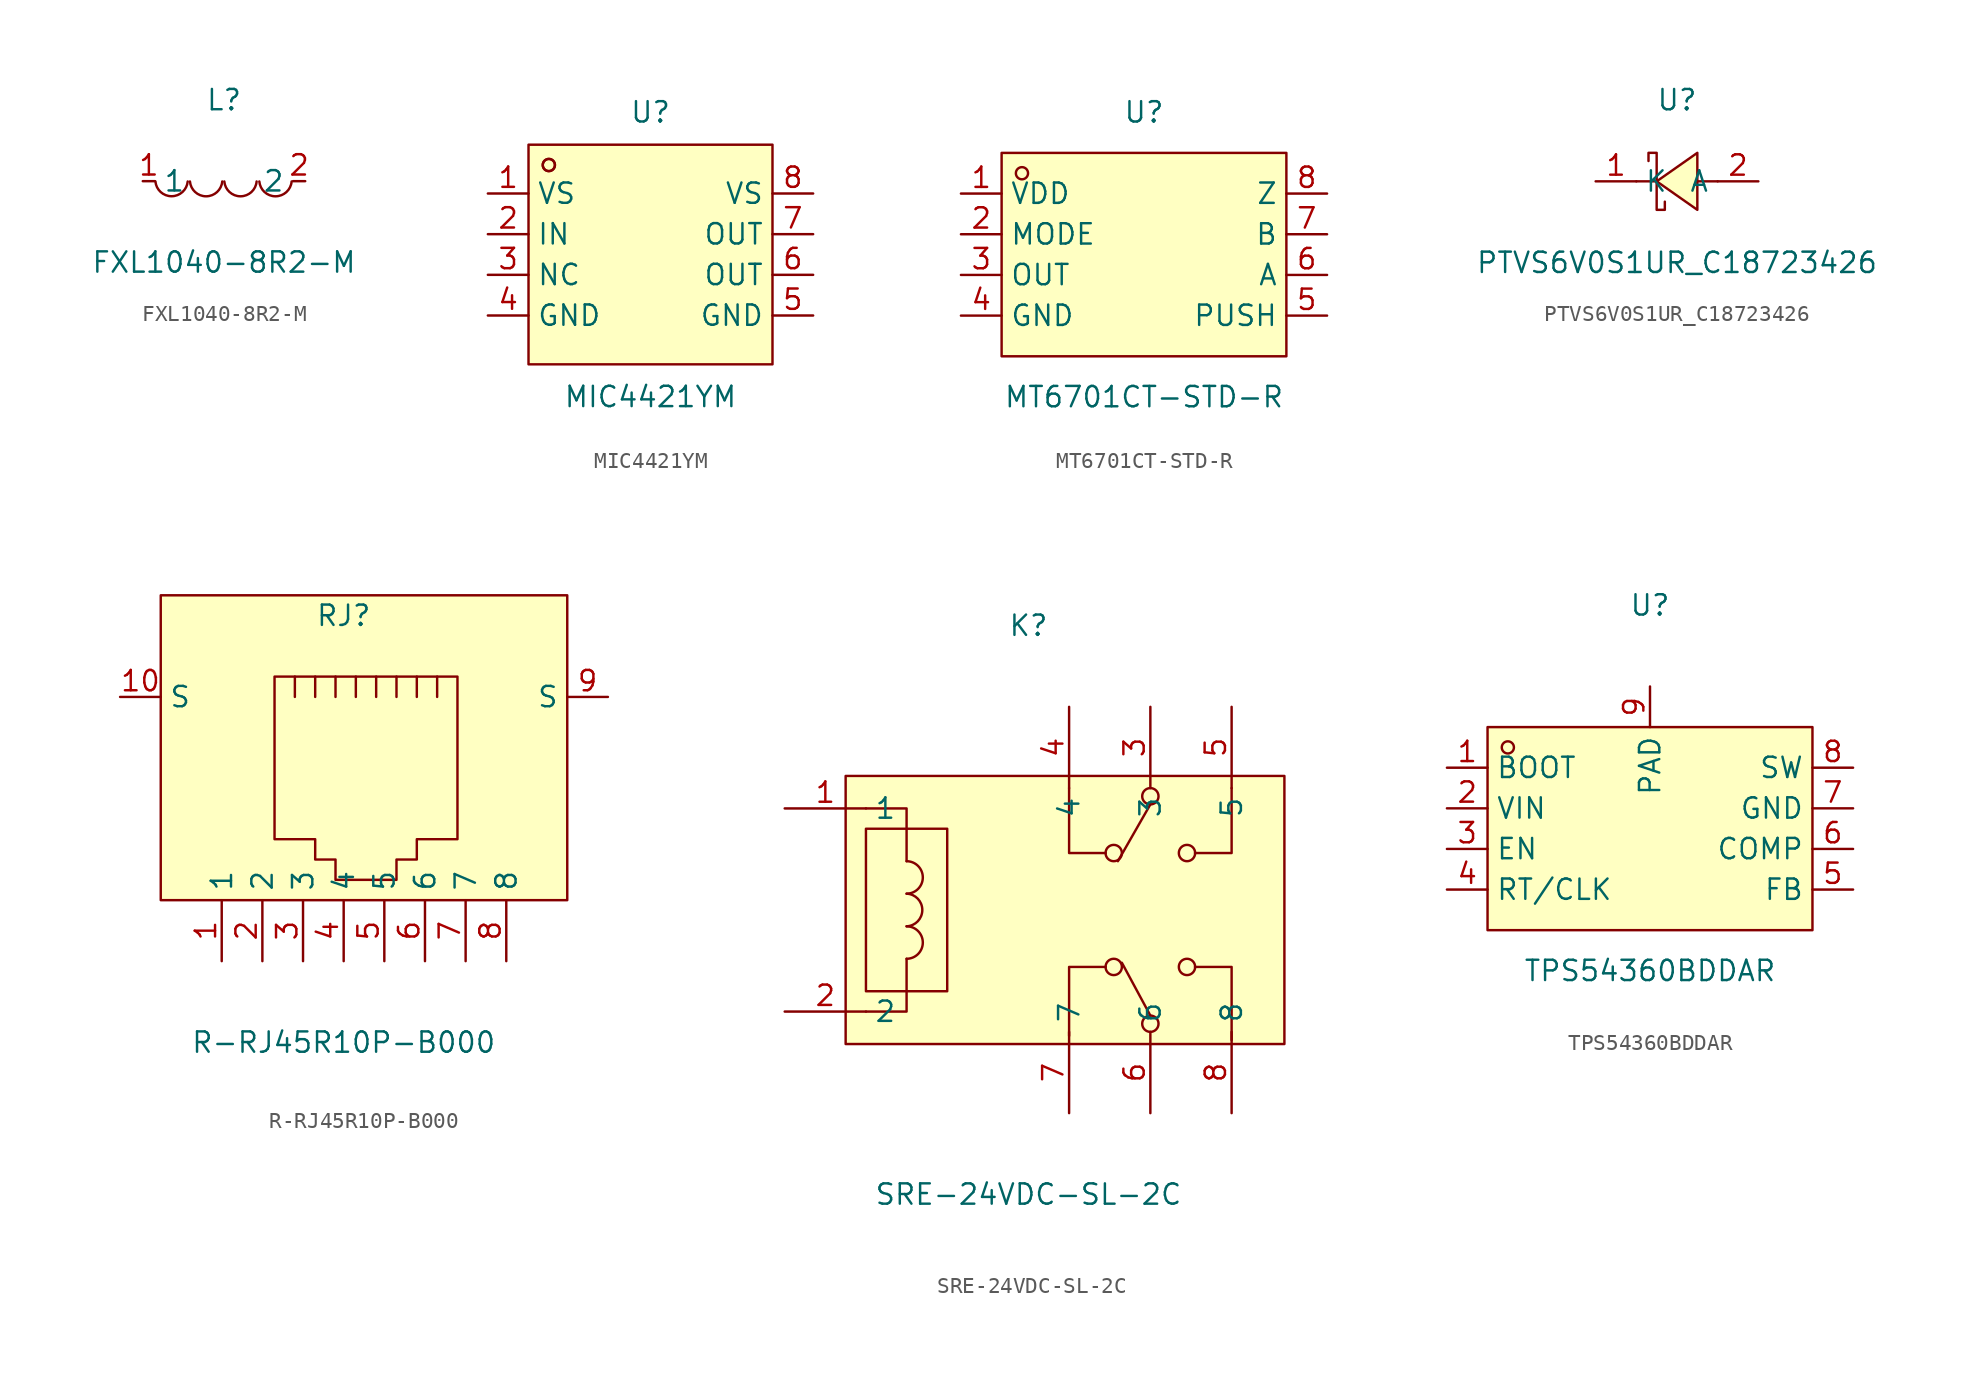
<source format=kicad_sym>
(kicad_symbol_lib
  (version 20211014)
  (generator https://github.com/uPesy/easyeda2kicad.py)
  (symbol "FXL1040-8R2-M"
    (property "Reference" "L"
      (at 0 5.08 0)
      (effects (font (size 1.27 1.27))))
    (property "Value" "FXL1040-8R2-M"
      (at 0 -5.08 0)
      (effects (font (size 1.27 1.27))))
    (symbol "FXL1040-8R2-M_0_1"
      (arc (start -4.29 -0.02) (mid -2.81 -1.01) (end -2.27 -0.02) (stroke (width 0) (type default) (color 0 0 0 0)) (fill (type none)))
      (arc (start -2.13 -0.02) (mid -0.66 -1.01) (end -0.11 -0.02) (stroke (width 0) (type default) (color 0 0 0 0)) (fill (type none)))
      (arc (start 0.02 -0.02) (mid 1.49 -1.01) (end 2.04 -0.02) (stroke (width 0) (type default) (color 0 0 0 0)) (fill (type none)))
      (arc (start 2.21 -0.02) (mid 3.68 -1.01) (end 4.23 -0.02) (stroke (width 0) (type default) (color 0 0 0 0)) (fill (type none)))
      (pin unspecified line (at 5.08 -0.00 180) (length 0.762) (name "2" (effects (font (size 1.27 1.27)))) (number "2" (effects (font (size 1.27 1.27)))))
      (pin unspecified line (at -5.08 -0.00 0) (length 0.762) (name "1" (effects (font (size 1.27 1.27)))) (number "1" (effects (font (size 1.27 1.27)))))))
  (symbol "MIC4421YM"
    (property "Reference" "U"
      (at 0 8.89 0)
      (effects (font (size 1.27 1.27))))
    (property "Value" "MIC4421YM"
      (at 0 -8.89 0)
      (effects (font (size 1.27 1.27))))
    (symbol "MIC4421YM_0_1"
      (rectangle (start -7.62 6.86) (end 7.62 -6.86) (stroke (width 0) (type default) (color 0 0 0 0)) (fill (type background)))
      (circle (center -6.35 5.59) (radius 0.38) (stroke (width 0) (type default) (color 0 0 0 0)) (fill (type none)))
      (circle (center -6.35 5.59) (radius 0.38) (stroke (width 0) (type default) (color 0 0 0 0)) (fill (type none)))
      (pin unspecified line (at -10.16 3.81 0) (length 2.54) (name "VS" (effects (font (size 1.27 1.27)))) (number "1" (effects (font (size 1.27 1.27)))))
      (pin unspecified line (at -10.16 1.27 0) (length 2.54) (name "IN" (effects (font (size 1.27 1.27)))) (number "2" (effects (font (size 1.27 1.27)))))
      (pin unspecified line (at -10.16 -1.27 0) (length 2.54) (name "NC" (effects (font (size 1.27 1.27)))) (number "3" (effects (font (size 1.27 1.27)))))
      (pin unspecified line (at -10.16 -3.81 0) (length 2.54) (name "GND" (effects (font (size 1.27 1.27)))) (number "4" (effects (font (size 1.27 1.27)))))
      (pin unspecified line (at 10.16 -3.81 180) (length 2.54) (name "GND" (effects (font (size 1.27 1.27)))) (number "5" (effects (font (size 1.27 1.27)))))
      (pin unspecified line (at 10.16 -1.27 180) (length 2.54) (name "OUT" (effects (font (size 1.27 1.27)))) (number "6" (effects (font (size 1.27 1.27)))))
      (pin unspecified line (at 10.16 1.27 180) (length 2.54) (name "OUT" (effects (font (size 1.27 1.27)))) (number "7" (effects (font (size 1.27 1.27)))))
      (pin unspecified line (at 10.16 3.81 180) (length 2.54) (name "VS" (effects (font (size 1.27 1.27)))) (number "8" (effects (font (size 1.27 1.27)))))))
  (symbol "MT6701CT-STD-R"
    (property "Reference" "U"
      (at 0 8.89 0)
      (effects (font (size 1.27 1.27))))
    (property "Value" "MT6701CT-STD-R"
      (at 0 -8.89 0)
      (effects (font (size 1.27 1.27))))
    (symbol "MT6701CT-STD-R_0_1"
      (rectangle (start -8.89 6.35) (end 8.89 -6.35) (stroke (width 0) (type default) (color 0 0 0 0)) (fill (type background)))
      (circle (center -7.62 5.08) (radius 0.38) (stroke (width 0) (type default) (color 0 0 0 0)) (fill (type none)))
      (pin unspecified line (at -11.43 3.81 0) (length 2.54) (name "VDD" (effects (font (size 1.27 1.27)))) (number "1" (effects (font (size 1.27 1.27)))))
      (pin unspecified line (at -11.43 1.27 0) (length 2.54) (name "MODE" (effects (font (size 1.27 1.27)))) (number "2" (effects (font (size 1.27 1.27)))))
      (pin unspecified line (at -11.43 -1.27 0) (length 2.54) (name "OUT" (effects (font (size 1.27 1.27)))) (number "3" (effects (font (size 1.27 1.27)))))
      (pin unspecified line (at -11.43 -3.81 0) (length 2.54) (name "GND" (effects (font (size 1.27 1.27)))) (number "4" (effects (font (size 1.27 1.27)))))
      (pin unspecified line (at 11.43 -3.81 180) (length 2.54) (name "PUSH" (effects (font (size 1.27 1.27)))) (number "5" (effects (font (size 1.27 1.27)))))
      (pin unspecified line (at 11.43 -1.27 180) (length 2.54) (name "A" (effects (font (size 1.27 1.27)))) (number "6" (effects (font (size 1.27 1.27)))))
      (pin unspecified line (at 11.43 1.27 180) (length 2.54) (name "B" (effects (font (size 1.27 1.27)))) (number "7" (effects (font (size 1.27 1.27)))))
      (pin unspecified line (at 11.43 3.81 180) (length 2.54) (name "Z" (effects (font (size 1.27 1.27)))) (number "8" (effects (font (size 1.27 1.27)))))))
  (symbol "PTVS6V0S1UR_C18723426"
    (property "Reference" "U"
      (at 0 5.08 0)
      (effects (font (size 1.27 1.27))))
    (property "Value" "PTVS6V0S1UR_C18723426"
      (at 0 -5.08 0)
      (effects (font (size 1.27 1.27))))
    (symbol "PTVS6V0S1UR_C18723426_0_1"
      (polyline (pts (xy 1.27 1.78) (xy -1.27 -0.00) (xy 1.27 -1.78) (xy 1.27 1.78)) (stroke (width 0) (type default) (color 0 0 0 0)) (fill (type background)))
      (polyline (pts (xy -1.78 1.27) (xy -1.78 1.78) (xy -1.27 1.78) (xy -1.27 -1.78) (xy -0.76 -1.78) (xy -0.76 -1.27)) (stroke (width 0) (type default) (color 0 0 0 0)) (fill (type none)))
      (polyline (pts (xy 2.54 -0.00) (xy 1.27 -0.00)) (stroke (width 0) (type default) (color 0 0 0 0)) (fill (type none)))
      (polyline (pts (xy -1.27 -0.00) (xy -2.54 -0.00)) (stroke (width 0) (type default) (color 0 0 0 0)) (fill (type none)))
      (pin unspecified line (at 5.08 -0.00 180) (length 2.54) (name "A" (effects (font (size 1.27 1.27)))) (number "2" (effects (font (size 1.27 1.27)))))
      (pin unspecified line (at -5.08 -0.00 0) (length 2.54) (name "K" (effects (font (size 1.27 1.27)))) (number "1" (effects (font (size 1.27 1.27)))))))
  (symbol "R-RJ45R10P-B000"
    (property "Reference" "RJ"
      (at 0 8.89 0)
      (effects (font (size 1.27 1.27))))
    (property "Value" "R-RJ45R10P-B000"
      (at 0 -17.78 0)
      (effects (font (size 1.27 1.27))))
    (symbol "R-RJ45R10P-B000_0_1"
      (rectangle (start -11.43 10.16) (end 13.97 -8.89) (stroke (width 0) (type default) (color 0 0 0 0)) (fill (type background)))
      (polyline (pts (xy -3.05 3.81) (xy -3.05 5.08) (xy -3.05 5.08)) (stroke (width 0) (type default) (color 0 0 0 0)) (fill (type none)))
      (polyline (pts (xy -1.78 5.08) (xy -1.78 3.81) (xy -1.78 3.81)) (stroke (width 0) (type default) (color 0 0 0 0)) (fill (type none)))
      (polyline (pts (xy -0.51 5.08) (xy -0.51 3.81) (xy -0.51 3.81)) (stroke (width 0) (type default) (color 0 0 0 0)) (fill (type none)))
      (polyline (pts (xy 0.76 5.08) (xy 0.76 3.81) (xy 0.76 3.81)) (stroke (width 0) (type default) (color 0 0 0 0)) (fill (type none)))
      (polyline (pts (xy 2.03 5.08) (xy 2.03 3.81) (xy 2.03 3.81)) (stroke (width 0) (type default) (color 0 0 0 0)) (fill (type none)))
      (polyline (pts (xy 3.30 5.08) (xy 3.30 3.81) (xy 3.30 3.81)) (stroke (width 0) (type default) (color 0 0 0 0)) (fill (type none)))
      (polyline (pts (xy 4.57 3.81) (xy 4.57 5.08) (xy 4.57 5.08)) (stroke (width 0) (type default) (color 0 0 0 0)) (fill (type none)))
      (polyline (pts (xy 5.84 3.81) (xy 5.84 5.08) (xy 5.84 5.08)) (stroke (width 0) (type default) (color 0 0 0 0)) (fill (type none)))
      (polyline (pts (xy -4.32 5.08) (xy 7.11 5.08) (xy 7.11 -5.08) (xy 4.57 -5.08) (xy 4.57 -6.35) (xy 3.30 -6.35) (xy 3.30 -7.62) (xy -0.51 -7.62) (xy -0.51 -6.35) (xy -1.78 -6.35) (xy -1.78 -5.08) (xy -4.32 -5.08) (xy -4.32 5.08) (xy -4.32 5.08)) (stroke (width 0) (type default) (color 0 0 0 0)) (fill (type background)))
      (pin unspecified line (at -7.62 -12.70 90) (length 3.81) (name "1" (effects (font (size 1.27 1.27)))) (number "1" (effects (font (size 1.27 1.27)))))
      (pin unspecified line (at -5.08 -12.70 90) (length 3.81) (name "2" (effects (font (size 1.27 1.27)))) (number "2" (effects (font (size 1.27 1.27)))))
      (pin unspecified line (at -2.54 -12.70 90) (length 3.81) (name "3" (effects (font (size 1.27 1.27)))) (number "3" (effects (font (size 1.27 1.27)))))
      (pin unspecified line (at 0.00 -12.70 90) (length 3.81) (name "4" (effects (font (size 1.27 1.27)))) (number "4" (effects (font (size 1.27 1.27)))))
      (pin unspecified line (at 2.54 -12.70 90) (length 3.81) (name "5" (effects (font (size 1.27 1.27)))) (number "5" (effects (font (size 1.27 1.27)))))
      (pin unspecified line (at 5.08 -12.70 90) (length 3.81) (name "6" (effects (font (size 1.27 1.27)))) (number "6" (effects (font (size 1.27 1.27)))))
      (pin unspecified line (at 7.62 -12.70 90) (length 3.81) (name "7" (effects (font (size 1.27 1.27)))) (number "7" (effects (font (size 1.27 1.27)))))
      (pin unspecified line (at 10.16 -12.70 90) (length 3.81) (name "8" (effects (font (size 1.27 1.27)))) (number "8" (effects (font (size 1.27 1.27)))))
      (pin unspecified line (at -13.97 3.81 0) (length 2.54) (name "S" (effects (font (size 1.27 1.27)))) (number "10" (effects (font (size 1.27 1.27)))))
      (pin unspecified line (at 16.51 3.81 180) (length 2.54) (name "S" (effects (font (size 1.27 1.27)))) (number "9" (effects (font (size 1.27 1.27)))))))
  (symbol "SRE-24VDC-SL-2C"
    (property "Reference" "K"
      (at 0 17.78 0)
      (effects (font (size 1.27 1.27))))
    (property "Value" "SRE-24VDC-SL-2C"
      (at 0 -17.78 0)
      (effects (font (size 1.27 1.27))))
    (symbol "SRE-24VDC-SL-2C_0_1"
      (rectangle (start -10.16 5.08) (end -5.08 -5.08) (stroke (width 0) (type default) (color 0 0 0 0)) (fill (type background)))
      (rectangle (start -11.43 8.38) (end 16.00 -8.38) (stroke (width 0) (type default) (color 0 0 0 0)) (fill (type background)))
      (circle (center 5.33 3.56) (radius 0.51) (stroke (width 0) (type default) (color 0 0 0 0)) (fill (type none)))
      (circle (center 9.91 3.56) (radius 0.51) (stroke (width 0) (type default) (color 0 0 0 0)) (fill (type none)))
      (circle (center 7.62 7.11) (radius 0.51) (stroke (width 0) (type default) (color 0 0 0 0)) (fill (type none)))
      (circle (center 9.91 -3.56) (radius 0.51) (stroke (width 0) (type default) (color 0 0 0 0)) (fill (type none)))
      (circle (center 5.33 -3.56) (radius 0.51) (stroke (width 0) (type default) (color 0 0 0 0)) (fill (type none)))
      (circle (center 7.62 -7.11) (radius 0.51) (stroke (width 0) (type default) (color 0 0 0 0)) (fill (type none)))
      (arc (start -7.62 -3.05) (mid -7.41 -1.04) (end -7.62 -1.02) (stroke (width 0) (type default) (color 0 0 0 0)) (fill (type none)))
      (arc (start -7.62 -1.02) (mid -7.41 0.99) (end -7.62 1.02) (stroke (width 0) (type default) (color 0 0 0 0)) (fill (type none)))
      (arc (start -7.62 1.02) (mid -7.41 3.03) (end -7.62 3.05) (stroke (width 0) (type default) (color 0 0 0 0)) (fill (type none)))
      (polyline (pts (xy -7.62 3.05) (xy -7.62 6.35) (xy -10.16 6.35)) (stroke (width 0) (type default) (color 0 0 0 0)) (fill (type none)))
      (polyline (pts (xy -7.62 -3.05) (xy -7.62 -6.35) (xy -10.16 -6.35)) (stroke (width 0) (type default) (color 0 0 0 0)) (fill (type none)))
      (polyline (pts (xy 4.83 3.56) (xy 2.54 3.56) (xy 2.54 7.62)) (stroke (width 0) (type default) (color 0 0 0 0)) (fill (type none)))
      (polyline (pts (xy 10.41 3.56) (xy 12.70 3.56) (xy 12.70 7.62)) (stroke (width 0) (type default) (color 0 0 0 0)) (fill (type none)))
      (polyline (pts (xy 5.59 3.05) (xy 7.62 6.60)) (stroke (width 0) (type default) (color 0 0 0 0)) (fill (type none)))
      (polyline (pts (xy 10.41 -3.56) (xy 12.70 -3.56) (xy 12.70 -8.13)) (stroke (width 0) (type default) (color 0 0 0 0)) (fill (type none)))
      (polyline (pts (xy 4.83 -3.56) (xy 2.54 -3.56) (xy 2.54 -7.87)) (stroke (width 0) (type default) (color 0 0 0 0)) (fill (type none)))
      (polyline (pts (xy 5.84 -3.30) (xy 7.62 -6.60)) (stroke (width 0) (type default) (color 0 0 0 0)) (fill (type none)))
      (pin unspecified line (at 7.62 12.70 270) (length 5.08) (name "3" (effects (font (size 1.27 1.27)))) (number "3" (effects (font (size 1.27 1.27)))))
      (pin unspecified line (at 2.54 12.70 270) (length 5.08) (name "4" (effects (font (size 1.27 1.27)))) (number "4" (effects (font (size 1.27 1.27)))))
      (pin unspecified line (at -15.24 6.35 0) (length 5.08) (name "1" (effects (font (size 1.27 1.27)))) (number "1" (effects (font (size 1.27 1.27)))))
      (pin unspecified line (at -15.24 -6.35 0) (length 5.08) (name "2" (effects (font (size 1.27 1.27)))) (number "2" (effects (font (size 1.27 1.27)))))
      (pin unspecified line (at 12.70 12.70 270) (length 5.08) (name "5" (effects (font (size 1.27 1.27)))) (number "5" (effects (font (size 1.27 1.27)))))
      (pin unspecified line (at 7.62 -12.70 90) (length 5.08) (name "6" (effects (font (size 1.27 1.27)))) (number "6" (effects (font (size 1.27 1.27)))))
      (pin unspecified line (at 2.54 -12.70 90) (length 5.08) (name "7" (effects (font (size 1.27 1.27)))) (number "7" (effects (font (size 1.27 1.27)))))
      (pin unspecified line (at 12.70 -12.70 90) (length 5.08) (name "8" (effects (font (size 1.27 1.27)))) (number "8" (effects (font (size 1.27 1.27)))))))
  (symbol "TPS54360BDDAR"
    (property "Reference" "U"
      (at 0 13.97 0)
      (effects (font (size 1.27 1.27))))
    (property "Value" "TPS54360BDDAR"
      (at 0 -8.89 0)
      (effects (font (size 1.27 1.27))))
    (symbol "TPS54360BDDAR_0_1"
      (rectangle (start -10.16 6.35) (end 10.16 -6.35) (stroke (width 0) (type default) (color 0 0 0 0)) (fill (type background)))
      (circle (center -8.89 5.08) (radius 0.38) (stroke (width 0) (type default) (color 0 0 0 0)) (fill (type none)))
      (pin unspecified line (at -12.70 3.81 0) (length 2.54) (name "BOOT" (effects (font (size 1.27 1.27)))) (number "1" (effects (font (size 1.27 1.27)))))
      (pin unspecified line (at -12.70 1.27 0) (length 2.54) (name "VIN" (effects (font (size 1.27 1.27)))) (number "2" (effects (font (size 1.27 1.27)))))
      (pin unspecified line (at -12.70 -1.27 0) (length 2.54) (name "EN" (effects (font (size 1.27 1.27)))) (number "3" (effects (font (size 1.27 1.27)))))
      (pin unspecified line (at -12.70 -3.81 0) (length 2.54) (name "RT/CLK" (effects (font (size 1.27 1.27)))) (number "4" (effects (font (size 1.27 1.27)))))
      (pin unspecified line (at 12.70 -3.81 180) (length 2.54) (name "FB" (effects (font (size 1.27 1.27)))) (number "5" (effects (font (size 1.27 1.27)))))
      (pin unspecified line (at 12.70 -1.27 180) (length 2.54) (name "COMP" (effects (font (size 1.27 1.27)))) (number "6" (effects (font (size 1.27 1.27)))))
      (pin unspecified line (at 12.70 1.27 180) (length 2.54) (name "GND" (effects (font (size 1.27 1.27)))) (number "7" (effects (font (size 1.27 1.27)))))
      (pin unspecified line (at 12.70 3.81 180) (length 2.54) (name "SW" (effects (font (size 1.27 1.27)))) (number "8" (effects (font (size 1.27 1.27)))))
      (pin unspecified line (at 0.00 8.89 270) (length 2.54) (name "PAD" (effects (font (size 1.27 1.27)))) (number "9" (effects (font (size 1.27 1.27))))))))
</source>
